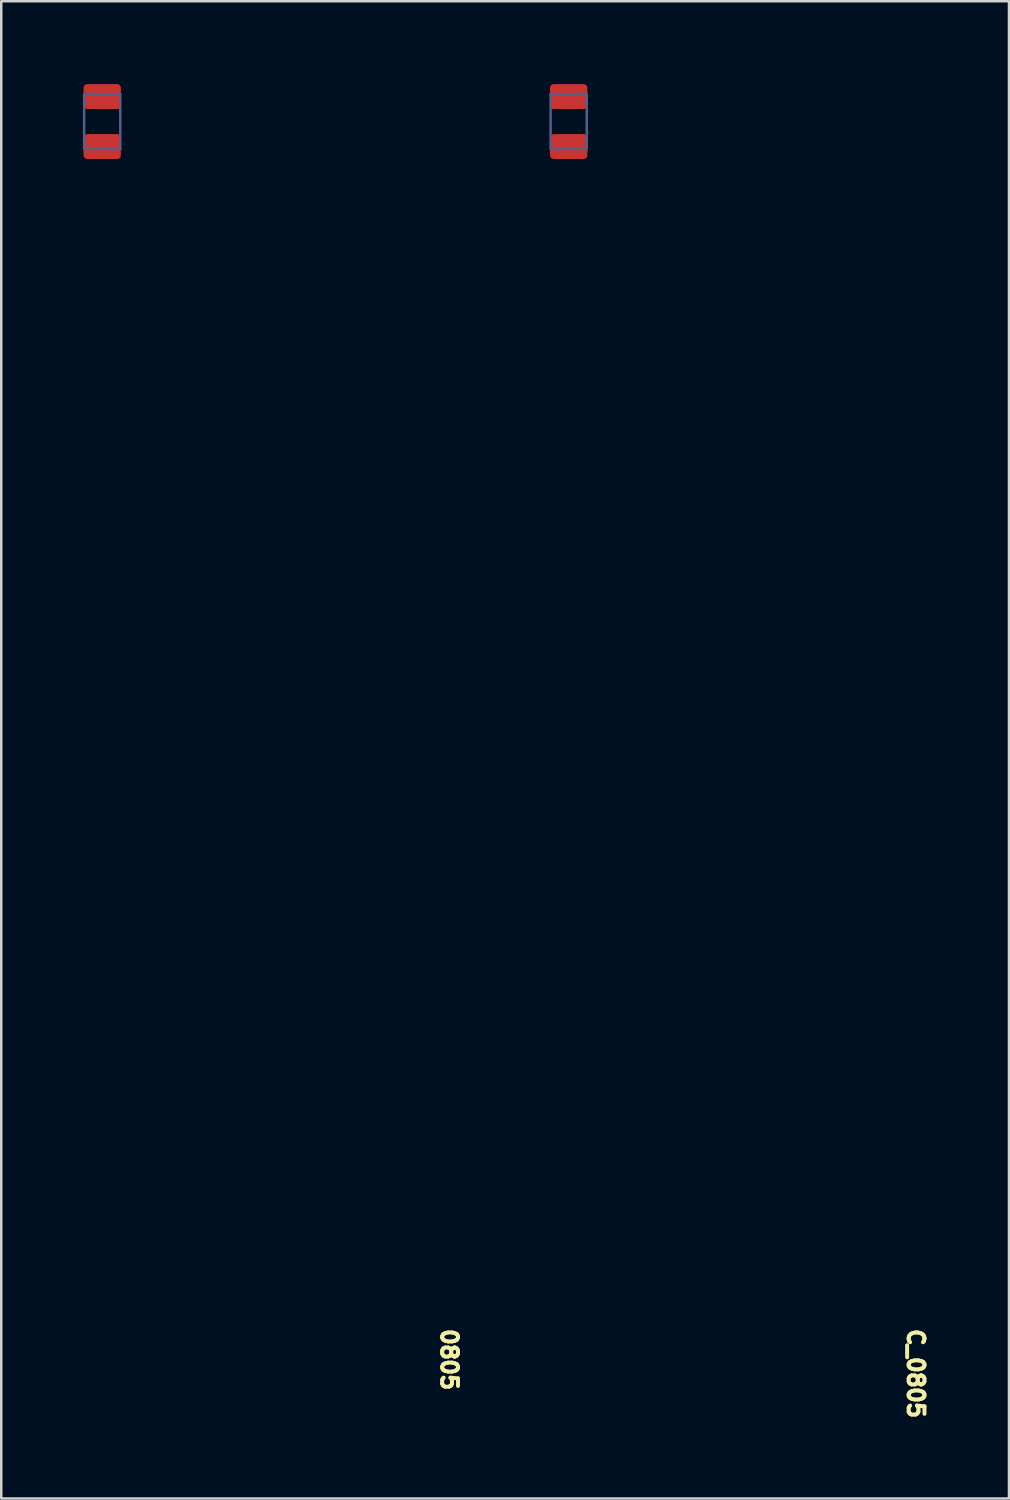
<source format=kicad_pcb>
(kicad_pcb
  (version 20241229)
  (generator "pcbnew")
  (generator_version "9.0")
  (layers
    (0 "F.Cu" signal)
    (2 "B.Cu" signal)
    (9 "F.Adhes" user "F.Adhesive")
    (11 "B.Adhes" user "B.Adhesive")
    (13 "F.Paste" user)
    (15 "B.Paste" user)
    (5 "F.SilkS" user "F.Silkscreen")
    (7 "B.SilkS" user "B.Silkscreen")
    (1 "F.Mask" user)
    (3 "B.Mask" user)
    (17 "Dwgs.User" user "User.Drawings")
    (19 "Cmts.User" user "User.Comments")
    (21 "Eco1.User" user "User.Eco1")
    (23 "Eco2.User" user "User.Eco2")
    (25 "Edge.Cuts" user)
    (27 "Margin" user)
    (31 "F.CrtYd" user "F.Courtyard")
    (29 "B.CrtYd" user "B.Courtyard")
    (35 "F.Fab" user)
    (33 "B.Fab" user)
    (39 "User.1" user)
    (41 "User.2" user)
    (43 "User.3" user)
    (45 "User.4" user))
  (footprint "0805"
    (layer "F.Cu")
    (at 1.05 1.825)
    (property "Reference" "0805" (at 13.55 48.346 270) (unlocked yes) (layer "F.SilkS") (effects (font (size 0.635 0.635) (thickness 0.254)) (justify left bottom)))
    (fp_line (start -1 -1.775) (end -1 1.775) (stroke (width 0.1) (type solid)) (layer "Eco1.User"))
    (fp_line (start -1 -1.775) (end -1 1.775) (stroke (width 0.1) (type solid)) (layer "Eco1.User"))
    (fp_line (start -1 -1.775) (end 1 -1.775) (stroke (width 0.1) (type solid)) (layer "Eco1.User"))
    (fp_line (start -1 -1.775) (end 1 -1.775) (stroke (width 0.1) (type solid)) (layer "Eco1.User"))
    (fp_line (start -1 1.775) (end 1 1.775) (stroke (width 0.1) (type solid)) (layer "Eco1.User"))
    (fp_line (start -1 1.775) (end 1 1.775) (stroke (width 0.1) (type solid)) (layer "Eco1.User"))
    (fp_line (start -0.5 0) (end 0.5 0) (stroke (width 0.1) (type solid)) (layer "Eco1.User"))
    (fp_line (start 0 -0.5) (end 0 0.5) (stroke (width 0.1) (type solid)) (layer "Eco1.User"))
    (fp_line (start 1 -1.775) (end 1 1.775) (stroke (width 0.1) (type solid)) (layer "Eco1.User"))
    (fp_line (start 1 -1.775) (end 1 1.775) (stroke (width 0.1) (type solid)) (layer "Eco1.User"))
    (fp_line (start -0.725 -1.1) (end -0.725 1.1) (stroke (width 0.1) (type solid)) (layer "B.Fab"))
    (fp_line (start -0.725 -1.1) (end 0.725 -1.1) (stroke (width 0.1) (type solid)) (layer "B.Fab"))
    (fp_line (start -0.725 1.1) (end 0.725 1.1) (stroke (width 0.1) (type solid)) (layer "B.Fab"))
    (fp_line (start 0.725 -1.1) (end 0.725 1.1) (stroke (width 0.1) (type solid)) (layer "B.Fab"))
    (fp_text user "${REFERENCE}" (at 0.2 1.6 90) (unlocked yes) (layer "Eco1.User") (effects (font (size 0.45 0.45) (thickness 0.254)) (justify left bottom)))
    (pad "1" smd roundrect (at 0 -1.002) (size 1.5 1) (layers "F.Cu" "F.Mask" "F.Paste") (roundrect_rratio 0.15))
    (pad "2" smd roundrect (at 0 1.002) (size 1.5 1) (layers "F.Cu" "F.Mask" "F.Paste") (roundrect_rratio 0.15)))
  (footprint "C_0805"
    (layer "F.Cu")
    (at 19.761 1.825)
    (property "Reference" "C_0805" (at 13.55 48.346 270) (unlocked yes) (layer "F.SilkS") (effects (font (size 0.635 0.635) (thickness 0.254)) (justify left bottom)))
    (fp_line (start -1 -1.775) (end -1 1.775) (stroke (width 0.1) (type solid)) (layer "Eco1.User"))
    (fp_line (start -1 -1.775) (end -1 1.775) (stroke (width 0.1) (type solid)) (layer "Eco1.User"))
    (fp_line (start -1 -1.775) (end 1 -1.775) (stroke (width 0.1) (type solid)) (layer "Eco1.User"))
    (fp_line (start -1 -1.775) (end 1 -1.775) (stroke (width 0.1) (type solid)) (layer "Eco1.User"))
    (fp_line (start -1 1.775) (end 1 1.775) (stroke (width 0.1) (type solid)) (layer "Eco1.User"))
    (fp_line (start -1 1.775) (end 1 1.775) (stroke (width 0.1) (type solid)) (layer "Eco1.User"))
    (fp_line (start -0.5 0) (end 0.5 0) (stroke (width 0.1) (type solid)) (layer "Eco1.User"))
    (fp_line (start 0 -0.5) (end 0 0.5) (stroke (width 0.1) (type solid)) (layer "Eco1.User"))
    (fp_line (start 1 -1.775) (end 1 1.775) (stroke (width 0.1) (type solid)) (layer "Eco1.User"))
    (fp_line (start 1 -1.775) (end 1 1.775) (stroke (width 0.1) (type solid)) (layer "Eco1.User"))
    (fp_line (start -0.725 -1.1) (end -0.725 1.1) (stroke (width 0.1) (type solid)) (layer "B.Fab"))
    (fp_line (start -0.725 -1.1) (end 0.725 -1.1) (stroke (width 0.1) (type solid)) (layer "B.Fab"))
    (fp_line (start -0.725 1.1) (end 0.725 1.1) (stroke (width 0.1) (type solid)) (layer "B.Fab"))
    (fp_line (start 0.725 -1.1) (end 0.725 1.1) (stroke (width 0.1) (type solid)) (layer "B.Fab"))
    (fp_text user "${REFERENCE}" (at 0.2 1.6 90) (unlocked yes) (layer "Eco1.User") (effects (font (size 0.45 0.45) (thickness 0.254)) (justify left bottom)))
    (pad "1" smd roundrect (at 0 -1.002) (size 1.5 1) (layers "F.Cu" "F.Mask" "F.Paste") (roundrect_rratio 0.15))
    (pad "2" smd roundrect (at 0 1.002) (size 1.5 1) (layers "F.Cu" "F.Mask" "F.Paste") (roundrect_rratio 0.15)))
  (gr_rect
    (start -3 -3)
    (end 37.422 57.058)
    (stroke (width 0.1) (type default))
    (fill no)
    (layer "Edge.Cuts")))
</source>
